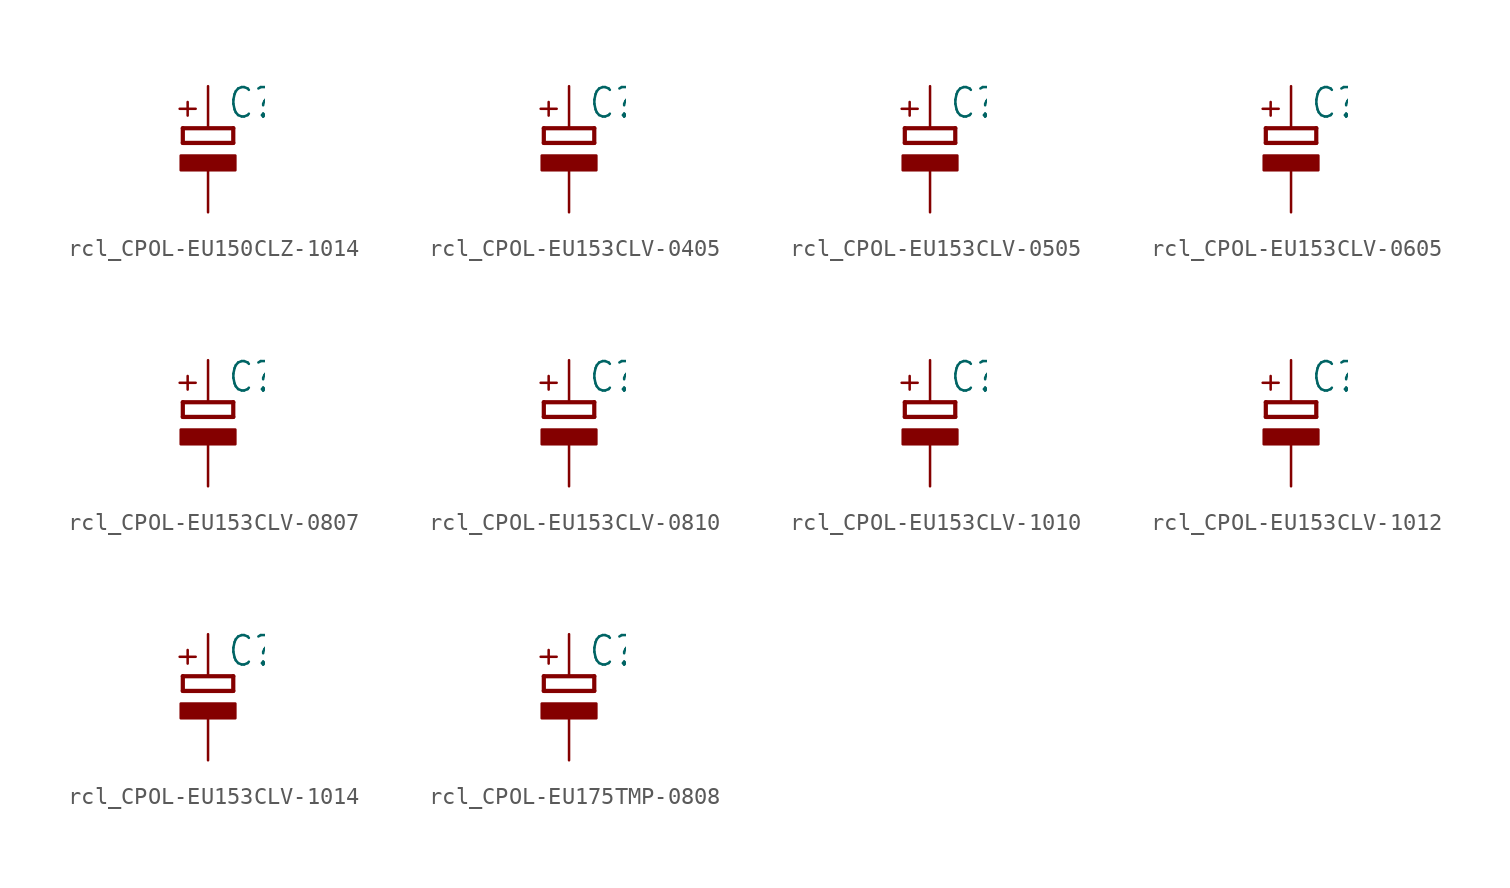
<source format=kicad_sym>
(kicad_symbol_lib
  (version 20241209)
  (generator "kicad_symbol_editor")
  (generator_version "9.0")
  (symbol "rcl_CPOL-EU150CLZ-1014"
    (property "Reference" "C"
      (at 1.143 0.483 0)
      (effects (font (size 1.778 1.511)) (justify left bottom)))
    (property "Value" ""
      (at 1.143 -4.597 0)
      (effects (font (size 1.778 1.511)) (justify left bottom)))
    (property "ki_locked" ""
      (at 0 0 0)
      (effects (font (size 1.27 1.27))))
    (symbol "rcl_CPOL-EU150CLZ-1014_1_0"
      (rectangle (start -1.651 -2.54) (end 1.651 -1.651) (stroke (width 0) (type default)) (fill (type outline)))
      (polyline (pts (xy -1.524 0) (xy -1.524 -0.889)) (stroke (width 0.254) (type solid)) (fill (type none)))
      (polyline (pts (xy -1.524 0) (xy 1.524 0)) (stroke (width 0.254) (type solid)) (fill (type none)))
      (polyline (pts (xy -1.524 -0.889) (xy 1.524 -0.889)) (stroke (width 0.254) (type solid)) (fill (type none)))
      (polyline (pts (xy 1.524 -0.889) (xy 1.524 0)) (stroke (width 0.254) (type solid)) (fill (type none)))
      (text "+" (at -0.584 0.406 900) (effects (font (size 1.27 1.079)) (justify left bottom)))
      (pin passive line (at 0 2.54 270) (length 2.54) (name "+" (effects (font (size 0 0)))) (number "+" (effects (font (size 0 0)))))
      (pin passive line (at 0 -5.08 90) (length 2.54) (name "-" (effects (font (size 0 0)))) (number "-" (effects (font (size 0 0)))))))
  (symbol "rcl_CPOL-EU153CLV-0405"
    (property "Reference" "C"
      (at 1.143 0.483 0)
      (effects (font (size 1.778 1.511)) (justify left bottom)))
    (property "Value" ""
      (at 1.143 -4.597 0)
      (effects (font (size 1.778 1.511)) (justify left bottom)))
    (property "ki_locked" ""
      (at 0 0 0)
      (effects (font (size 1.27 1.27))))
    (symbol "rcl_CPOL-EU153CLV-0405_1_0"
      (rectangle (start -1.651 -2.54) (end 1.651 -1.651) (stroke (width 0) (type default)) (fill (type outline)))
      (polyline (pts (xy -1.524 0) (xy -1.524 -0.889)) (stroke (width 0.254) (type solid)) (fill (type none)))
      (polyline (pts (xy -1.524 0) (xy 1.524 0)) (stroke (width 0.254) (type solid)) (fill (type none)))
      (polyline (pts (xy -1.524 -0.889) (xy 1.524 -0.889)) (stroke (width 0.254) (type solid)) (fill (type none)))
      (polyline (pts (xy 1.524 -0.889) (xy 1.524 0)) (stroke (width 0.254) (type solid)) (fill (type none)))
      (text "+" (at -0.584 0.406 900) (effects (font (size 1.27 1.079)) (justify left bottom)))
      (pin passive line (at 0 2.54 270) (length 2.54) (name "+" (effects (font (size 0 0)))) (number "+" (effects (font (size 0 0)))))
      (pin passive line (at 0 -5.08 90) (length 2.54) (name "-" (effects (font (size 0 0)))) (number "-" (effects (font (size 0 0)))))))
  (symbol "rcl_CPOL-EU153CLV-0505"
    (property "Reference" "C"
      (at 1.143 0.483 0)
      (effects (font (size 1.778 1.511)) (justify left bottom)))
    (property "Value" ""
      (at 1.143 -4.597 0)
      (effects (font (size 1.778 1.511)) (justify left bottom)))
    (property "ki_locked" ""
      (at 0 0 0)
      (effects (font (size 1.27 1.27))))
    (symbol "rcl_CPOL-EU153CLV-0505_1_0"
      (rectangle (start -1.651 -2.54) (end 1.651 -1.651) (stroke (width 0) (type default)) (fill (type outline)))
      (polyline (pts (xy -1.524 0) (xy -1.524 -0.889)) (stroke (width 0.254) (type solid)) (fill (type none)))
      (polyline (pts (xy -1.524 0) (xy 1.524 0)) (stroke (width 0.254) (type solid)) (fill (type none)))
      (polyline (pts (xy -1.524 -0.889) (xy 1.524 -0.889)) (stroke (width 0.254) (type solid)) (fill (type none)))
      (polyline (pts (xy 1.524 -0.889) (xy 1.524 0)) (stroke (width 0.254) (type solid)) (fill (type none)))
      (text "+" (at -0.584 0.406 900) (effects (font (size 1.27 1.079)) (justify left bottom)))
      (pin passive line (at 0 2.54 270) (length 2.54) (name "+" (effects (font (size 0 0)))) (number "+" (effects (font (size 0 0)))))
      (pin passive line (at 0 -5.08 90) (length 2.54) (name "-" (effects (font (size 0 0)))) (number "-" (effects (font (size 0 0)))))))
  (symbol "rcl_CPOL-EU153CLV-0605"
    (property "Reference" "C"
      (at 1.143 0.483 0)
      (effects (font (size 1.778 1.511)) (justify left bottom)))
    (property "Value" ""
      (at 1.143 -4.597 0)
      (effects (font (size 1.778 1.511)) (justify left bottom)))
    (property "ki_locked" ""
      (at 0 0 0)
      (effects (font (size 1.27 1.27))))
    (symbol "rcl_CPOL-EU153CLV-0605_1_0"
      (rectangle (start -1.651 -2.54) (end 1.651 -1.651) (stroke (width 0) (type default)) (fill (type outline)))
      (polyline (pts (xy -1.524 0) (xy -1.524 -0.889)) (stroke (width 0.254) (type solid)) (fill (type none)))
      (polyline (pts (xy -1.524 0) (xy 1.524 0)) (stroke (width 0.254) (type solid)) (fill (type none)))
      (polyline (pts (xy -1.524 -0.889) (xy 1.524 -0.889)) (stroke (width 0.254) (type solid)) (fill (type none)))
      (polyline (pts (xy 1.524 -0.889) (xy 1.524 0)) (stroke (width 0.254) (type solid)) (fill (type none)))
      (text "+" (at -0.584 0.406 900) (effects (font (size 1.27 1.079)) (justify left bottom)))
      (pin passive line (at 0 2.54 270) (length 2.54) (name "+" (effects (font (size 0 0)))) (number "+" (effects (font (size 0 0)))))
      (pin passive line (at 0 -5.08 90) (length 2.54) (name "-" (effects (font (size 0 0)))) (number "-" (effects (font (size 0 0)))))))
  (symbol "rcl_CPOL-EU153CLV-0807"
    (property "Reference" "C"
      (at 1.143 0.483 0)
      (effects (font (size 1.778 1.511)) (justify left bottom)))
    (property "Value" ""
      (at 1.143 -4.597 0)
      (effects (font (size 1.778 1.511)) (justify left bottom)))
    (property "ki_locked" ""
      (at 0 0 0)
      (effects (font (size 1.27 1.27))))
    (symbol "rcl_CPOL-EU153CLV-0807_1_0"
      (rectangle (start -1.651 -2.54) (end 1.651 -1.651) (stroke (width 0) (type default)) (fill (type outline)))
      (polyline (pts (xy -1.524 0) (xy -1.524 -0.889)) (stroke (width 0.254) (type solid)) (fill (type none)))
      (polyline (pts (xy -1.524 0) (xy 1.524 0)) (stroke (width 0.254) (type solid)) (fill (type none)))
      (polyline (pts (xy -1.524 -0.889) (xy 1.524 -0.889)) (stroke (width 0.254) (type solid)) (fill (type none)))
      (polyline (pts (xy 1.524 -0.889) (xy 1.524 0)) (stroke (width 0.254) (type solid)) (fill (type none)))
      (text "+" (at -0.584 0.406 900) (effects (font (size 1.27 1.079)) (justify left bottom)))
      (pin passive line (at 0 2.54 270) (length 2.54) (name "+" (effects (font (size 0 0)))) (number "+" (effects (font (size 0 0)))))
      (pin passive line (at 0 -5.08 90) (length 2.54) (name "-" (effects (font (size 0 0)))) (number "-" (effects (font (size 0 0)))))))
  (symbol "rcl_CPOL-EU153CLV-0810"
    (property "Reference" "C"
      (at 1.143 0.483 0)
      (effects (font (size 1.778 1.511)) (justify left bottom)))
    (property "Value" ""
      (at 1.143 -4.597 0)
      (effects (font (size 1.778 1.511)) (justify left bottom)))
    (property "ki_locked" ""
      (at 0 0 0)
      (effects (font (size 1.27 1.27))))
    (symbol "rcl_CPOL-EU153CLV-0810_1_0"
      (rectangle (start -1.651 -2.54) (end 1.651 -1.651) (stroke (width 0) (type default)) (fill (type outline)))
      (polyline (pts (xy -1.524 0) (xy -1.524 -0.889)) (stroke (width 0.254) (type solid)) (fill (type none)))
      (polyline (pts (xy -1.524 0) (xy 1.524 0)) (stroke (width 0.254) (type solid)) (fill (type none)))
      (polyline (pts (xy -1.524 -0.889) (xy 1.524 -0.889)) (stroke (width 0.254) (type solid)) (fill (type none)))
      (polyline (pts (xy 1.524 -0.889) (xy 1.524 0)) (stroke (width 0.254) (type solid)) (fill (type none)))
      (text "+" (at -0.584 0.406 900) (effects (font (size 1.27 1.079)) (justify left bottom)))
      (pin passive line (at 0 2.54 270) (length 2.54) (name "+" (effects (font (size 0 0)))) (number "+" (effects (font (size 0 0)))))
      (pin passive line (at 0 -5.08 90) (length 2.54) (name "-" (effects (font (size 0 0)))) (number "-" (effects (font (size 0 0)))))))
  (symbol "rcl_CPOL-EU153CLV-1010"
    (property "Reference" "C"
      (at 1.143 0.483 0)
      (effects (font (size 1.778 1.511)) (justify left bottom)))
    (property "Value" ""
      (at 1.143 -4.597 0)
      (effects (font (size 1.778 1.511)) (justify left bottom)))
    (property "ki_locked" ""
      (at 0 0 0)
      (effects (font (size 1.27 1.27))))
    (symbol "rcl_CPOL-EU153CLV-1010_1_0"
      (rectangle (start -1.651 -2.54) (end 1.651 -1.651) (stroke (width 0) (type default)) (fill (type outline)))
      (polyline (pts (xy -1.524 0) (xy -1.524 -0.889)) (stroke (width 0.254) (type solid)) (fill (type none)))
      (polyline (pts (xy -1.524 0) (xy 1.524 0)) (stroke (width 0.254) (type solid)) (fill (type none)))
      (polyline (pts (xy -1.524 -0.889) (xy 1.524 -0.889)) (stroke (width 0.254) (type solid)) (fill (type none)))
      (polyline (pts (xy 1.524 -0.889) (xy 1.524 0)) (stroke (width 0.254) (type solid)) (fill (type none)))
      (text "+" (at -0.584 0.406 900) (effects (font (size 1.27 1.079)) (justify left bottom)))
      (pin passive line (at 0 2.54 270) (length 2.54) (name "+" (effects (font (size 0 0)))) (number "+" (effects (font (size 0 0)))))
      (pin passive line (at 0 -5.08 90) (length 2.54) (name "-" (effects (font (size 0 0)))) (number "-" (effects (font (size 0 0)))))))
  (symbol "rcl_CPOL-EU153CLV-1012"
    (property "Reference" "C"
      (at 1.143 0.483 0)
      (effects (font (size 1.778 1.511)) (justify left bottom)))
    (property "Value" ""
      (at 1.143 -4.597 0)
      (effects (font (size 1.778 1.511)) (justify left bottom)))
    (property "ki_locked" ""
      (at 0 0 0)
      (effects (font (size 1.27 1.27))))
    (symbol "rcl_CPOL-EU153CLV-1012_1_0"
      (rectangle (start -1.651 -2.54) (end 1.651 -1.651) (stroke (width 0) (type default)) (fill (type outline)))
      (polyline (pts (xy -1.524 0) (xy -1.524 -0.889)) (stroke (width 0.254) (type solid)) (fill (type none)))
      (polyline (pts (xy -1.524 0) (xy 1.524 0)) (stroke (width 0.254) (type solid)) (fill (type none)))
      (polyline (pts (xy -1.524 -0.889) (xy 1.524 -0.889)) (stroke (width 0.254) (type solid)) (fill (type none)))
      (polyline (pts (xy 1.524 -0.889) (xy 1.524 0)) (stroke (width 0.254) (type solid)) (fill (type none)))
      (text "+" (at -0.584 0.406 900) (effects (font (size 1.27 1.079)) (justify left bottom)))
      (pin passive line (at 0 2.54 270) (length 2.54) (name "+" (effects (font (size 0 0)))) (number "+" (effects (font (size 0 0)))))
      (pin passive line (at 0 -5.08 90) (length 2.54) (name "-" (effects (font (size 0 0)))) (number "-" (effects (font (size 0 0)))))))
  (symbol "rcl_CPOL-EU153CLV-1014"
    (property "Reference" "C"
      (at 1.143 0.483 0)
      (effects (font (size 1.778 1.511)) (justify left bottom)))
    (property "Value" ""
      (at 1.143 -4.597 0)
      (effects (font (size 1.778 1.511)) (justify left bottom)))
    (property "ki_locked" ""
      (at 0 0 0)
      (effects (font (size 1.27 1.27))))
    (symbol "rcl_CPOL-EU153CLV-1014_1_0"
      (rectangle (start -1.651 -2.54) (end 1.651 -1.651) (stroke (width 0) (type default)) (fill (type outline)))
      (polyline (pts (xy -1.524 0) (xy -1.524 -0.889)) (stroke (width 0.254) (type solid)) (fill (type none)))
      (polyline (pts (xy -1.524 0) (xy 1.524 0)) (stroke (width 0.254) (type solid)) (fill (type none)))
      (polyline (pts (xy -1.524 -0.889) (xy 1.524 -0.889)) (stroke (width 0.254) (type solid)) (fill (type none)))
      (polyline (pts (xy 1.524 -0.889) (xy 1.524 0)) (stroke (width 0.254) (type solid)) (fill (type none)))
      (text "+" (at -0.584 0.406 900) (effects (font (size 1.27 1.079)) (justify left bottom)))
      (pin passive line (at 0 2.54 270) (length 2.54) (name "+" (effects (font (size 0 0)))) (number "+" (effects (font (size 0 0)))))
      (pin passive line (at 0 -5.08 90) (length 2.54) (name "-" (effects (font (size 0 0)))) (number "-" (effects (font (size 0 0)))))))
  (symbol "rcl_CPOL-EU175TMP-0808"
    (property "Reference" "C"
      (at 1.143 0.483 0)
      (effects (font (size 1.778 1.511)) (justify left bottom)))
    (property "Value" ""
      (at 1.143 -4.597 0)
      (effects (font (size 1.778 1.511)) (justify left bottom)))
    (property "ki_locked" ""
      (at 0 0 0)
      (effects (font (size 1.27 1.27))))
    (symbol "rcl_CPOL-EU175TMP-0808_1_0"
      (rectangle (start -1.651 -2.54) (end 1.651 -1.651) (stroke (width 0) (type default)) (fill (type outline)))
      (polyline (pts (xy -1.524 0) (xy -1.524 -0.889)) (stroke (width 0.254) (type solid)) (fill (type none)))
      (polyline (pts (xy -1.524 0) (xy 1.524 0)) (stroke (width 0.254) (type solid)) (fill (type none)))
      (polyline (pts (xy -1.524 -0.889) (xy 1.524 -0.889)) (stroke (width 0.254) (type solid)) (fill (type none)))
      (polyline (pts (xy 1.524 -0.889) (xy 1.524 0)) (stroke (width 0.254) (type solid)) (fill (type none)))
      (text "+" (at -0.584 0.406 900) (effects (font (size 1.27 1.079)) (justify left bottom)))
      (pin passive line (at 0 2.54 270) (length 2.54) (name "+" (effects (font (size 0 0)))) (number "+" (effects (font (size 0 0)))))
      (pin passive line (at 0 -5.08 90) (length 2.54) (name "-" (effects (font (size 0 0)))) (number "-" (effects (font (size 0 0))))))))
</source>
